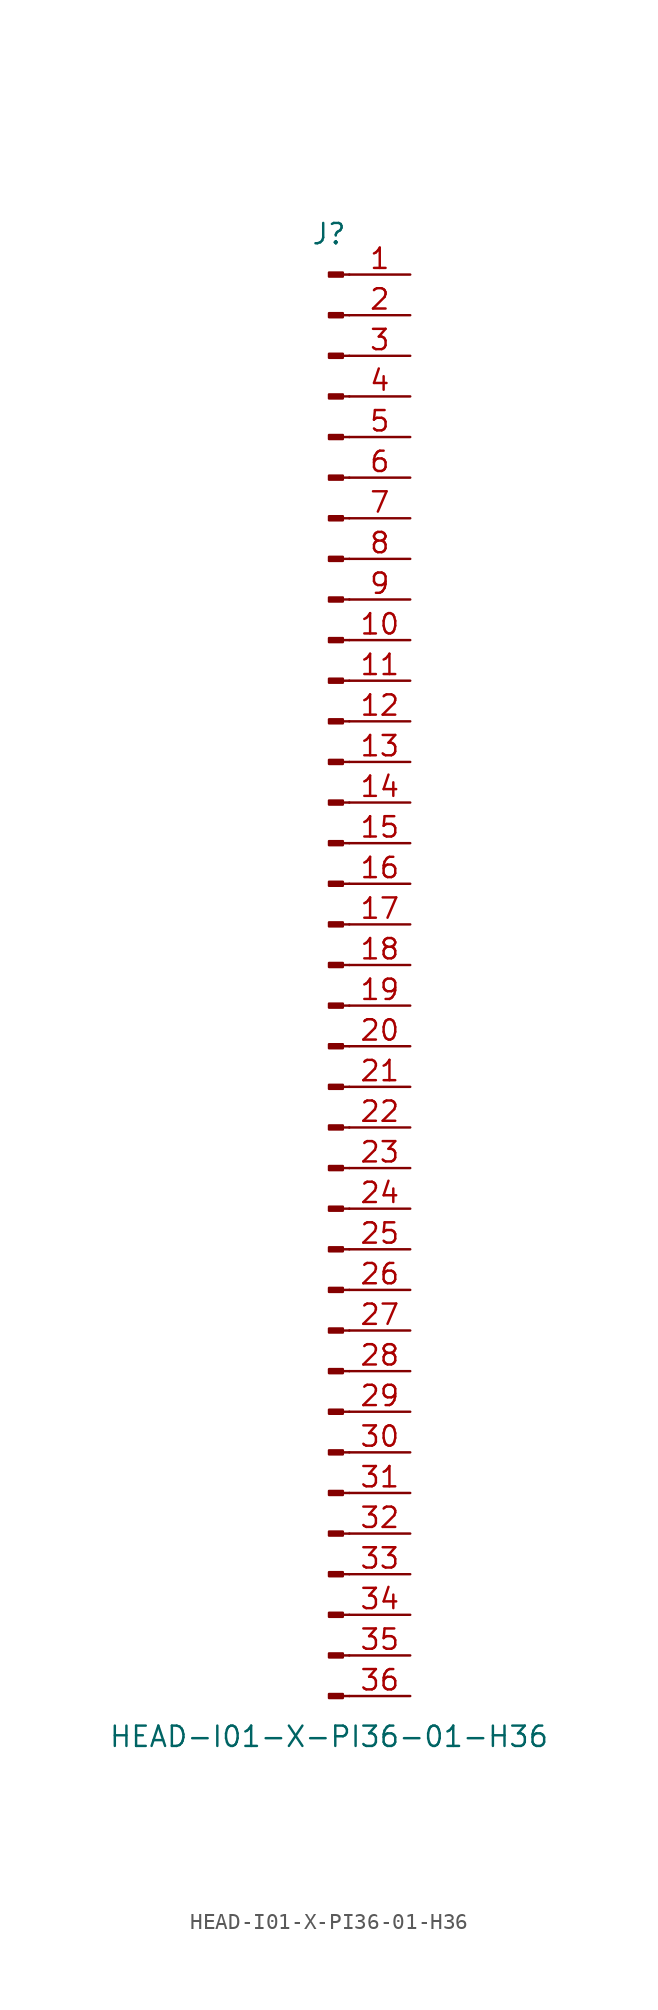
<source format=kicad_sym>
(kicad_symbol_lib
  (version 20211014)
  (generator kicad_symbol_editor)
  (symbol "HEAD-I01-X-PI36-01-H36"
    (pin_names
      (offset 1.016) hide)
    (property "Reference" "J"
      (at 0 45.72 0)
      (effects (font (size 1.27 1.27))))
    (property "Value" "HEAD-I01-X-PI36-01-H36"
      (at 0 -48.26 0)
      (effects (font (size 1.27 1.27))))
    (symbol "HEAD-I01-X-PI36-01-H36_1_1"
      (polyline (pts (xy 1.27 -45.72) (xy 0.864 -45.72)) (stroke (width 0.152) (type default) (color 0 0 0 0)) (fill (type none)))
      (polyline (pts (xy 1.27 -43.18) (xy 0.864 -43.18)) (stroke (width 0.152) (type default) (color 0 0 0 0)) (fill (type none)))
      (polyline (pts (xy 1.27 -40.64) (xy 0.864 -40.64)) (stroke (width 0.152) (type default) (color 0 0 0 0)) (fill (type none)))
      (polyline (pts (xy 1.27 -38.1) (xy 0.864 -38.1)) (stroke (width 0.152) (type default) (color 0 0 0 0)) (fill (type none)))
      (polyline (pts (xy 1.27 -35.56) (xy 0.864 -35.56)) (stroke (width 0.152) (type default) (color 0 0 0 0)) (fill (type none)))
      (polyline (pts (xy 1.27 -33.02) (xy 0.864 -33.02)) (stroke (width 0.152) (type default) (color 0 0 0 0)) (fill (type none)))
      (polyline (pts (xy 1.27 -30.48) (xy 0.864 -30.48)) (stroke (width 0.152) (type default) (color 0 0 0 0)) (fill (type none)))
      (polyline (pts (xy 1.27 -27.94) (xy 0.864 -27.94)) (stroke (width 0.152) (type default) (color 0 0 0 0)) (fill (type none)))
      (polyline (pts (xy 1.27 -25.4) (xy 0.864 -25.4)) (stroke (width 0.152) (type default) (color 0 0 0 0)) (fill (type none)))
      (polyline (pts (xy 1.27 -22.86) (xy 0.864 -22.86)) (stroke (width 0.152) (type default) (color 0 0 0 0)) (fill (type none)))
      (polyline (pts (xy 1.27 -20.32) (xy 0.864 -20.32)) (stroke (width 0.152) (type default) (color 0 0 0 0)) (fill (type none)))
      (polyline (pts (xy 1.27 -17.78) (xy 0.864 -17.78)) (stroke (width 0.152) (type default) (color 0 0 0 0)) (fill (type none)))
      (polyline (pts (xy 1.27 -15.24) (xy 0.864 -15.24)) (stroke (width 0.152) (type default) (color 0 0 0 0)) (fill (type none)))
      (polyline (pts (xy 1.27 -12.7) (xy 0.864 -12.7)) (stroke (width 0.152) (type default) (color 0 0 0 0)) (fill (type none)))
      (polyline (pts (xy 1.27 -10.16) (xy 0.864 -10.16)) (stroke (width 0.152) (type default) (color 0 0 0 0)) (fill (type none)))
      (polyline (pts (xy 1.27 -7.62) (xy 0.864 -7.62)) (stroke (width 0.152) (type default) (color 0 0 0 0)) (fill (type none)))
      (polyline (pts (xy 1.27 -5.08) (xy 0.864 -5.08)) (stroke (width 0.152) (type default) (color 0 0 0 0)) (fill (type none)))
      (polyline (pts (xy 1.27 -2.54) (xy 0.864 -2.54)) (stroke (width 0.152) (type default) (color 0 0 0 0)) (fill (type none)))
      (polyline (pts (xy 1.27 0) (xy 0.864 0)) (stroke (width 0.152) (type default) (color 0 0 0 0)) (fill (type none)))
      (polyline (pts (xy 1.27 2.54) (xy 0.864 2.54)) (stroke (width 0.152) (type default) (color 0 0 0 0)) (fill (type none)))
      (polyline (pts (xy 1.27 5.08) (xy 0.864 5.08)) (stroke (width 0.152) (type default) (color 0 0 0 0)) (fill (type none)))
      (polyline (pts (xy 1.27 7.62) (xy 0.864 7.62)) (stroke (width 0.152) (type default) (color 0 0 0 0)) (fill (type none)))
      (polyline (pts (xy 1.27 10.16) (xy 0.864 10.16)) (stroke (width 0.152) (type default) (color 0 0 0 0)) (fill (type none)))
      (polyline (pts (xy 1.27 12.7) (xy 0.864 12.7)) (stroke (width 0.152) (type default) (color 0 0 0 0)) (fill (type none)))
      (polyline (pts (xy 1.27 15.24) (xy 0.864 15.24)) (stroke (width 0.152) (type default) (color 0 0 0 0)) (fill (type none)))
      (polyline (pts (xy 1.27 17.78) (xy 0.864 17.78)) (stroke (width 0.152) (type default) (color 0 0 0 0)) (fill (type none)))
      (polyline (pts (xy 1.27 20.32) (xy 0.864 20.32)) (stroke (width 0.152) (type default) (color 0 0 0 0)) (fill (type none)))
      (polyline (pts (xy 1.27 22.86) (xy 0.864 22.86)) (stroke (width 0.152) (type default) (color 0 0 0 0)) (fill (type none)))
      (polyline (pts (xy 1.27 25.4) (xy 0.864 25.4)) (stroke (width 0.152) (type default) (color 0 0 0 0)) (fill (type none)))
      (polyline (pts (xy 1.27 27.94) (xy 0.864 27.94)) (stroke (width 0.152) (type default) (color 0 0 0 0)) (fill (type none)))
      (polyline (pts (xy 1.27 30.48) (xy 0.864 30.48)) (stroke (width 0.152) (type default) (color 0 0 0 0)) (fill (type none)))
      (polyline (pts (xy 1.27 33.02) (xy 0.864 33.02)) (stroke (width 0.152) (type default) (color 0 0 0 0)) (fill (type none)))
      (polyline (pts (xy 1.27 35.56) (xy 0.864 35.56)) (stroke (width 0.152) (type default) (color 0 0 0 0)) (fill (type none)))
      (polyline (pts (xy 1.27 38.1) (xy 0.864 38.1)) (stroke (width 0.152) (type default) (color 0 0 0 0)) (fill (type none)))
      (polyline (pts (xy 1.27 40.64) (xy 0.864 40.64)) (stroke (width 0.152) (type default) (color 0 0 0 0)) (fill (type none)))
      (polyline (pts (xy 1.27 43.18) (xy 0.864 43.18)) (stroke (width 0.152) (type default) (color 0 0 0 0)) (fill (type none)))
      (rectangle (start 0.864 -45.593) (end 0 -45.847) (stroke (width 0.152) (type default) (color 0 0 0 0)) (fill (type outline)))
      (rectangle (start 0.864 -43.053) (end 0 -43.307) (stroke (width 0.152) (type default) (color 0 0 0 0)) (fill (type outline)))
      (rectangle (start 0.864 -40.513) (end 0 -40.767) (stroke (width 0.152) (type default) (color 0 0 0 0)) (fill (type outline)))
      (rectangle (start 0.864 -37.973) (end 0 -38.227) (stroke (width 0.152) (type default) (color 0 0 0 0)) (fill (type outline)))
      (rectangle (start 0.864 -35.433) (end 0 -35.687) (stroke (width 0.152) (type default) (color 0 0 0 0)) (fill (type outline)))
      (rectangle (start 0.864 -32.893) (end 0 -33.147) (stroke (width 0.152) (type default) (color 0 0 0 0)) (fill (type outline)))
      (rectangle (start 0.864 -30.353) (end 0 -30.607) (stroke (width 0.152) (type default) (color 0 0 0 0)) (fill (type outline)))
      (rectangle (start 0.864 -27.813) (end 0 -28.067) (stroke (width 0.152) (type default) (color 0 0 0 0)) (fill (type outline)))
      (rectangle (start 0.864 -25.273) (end 0 -25.527) (stroke (width 0.152) (type default) (color 0 0 0 0)) (fill (type outline)))
      (rectangle (start 0.864 -22.733) (end 0 -22.987) (stroke (width 0.152) (type default) (color 0 0 0 0)) (fill (type outline)))
      (rectangle (start 0.864 -20.193) (end 0 -20.447) (stroke (width 0.152) (type default) (color 0 0 0 0)) (fill (type outline)))
      (rectangle (start 0.864 -17.653) (end 0 -17.907) (stroke (width 0.152) (type default) (color 0 0 0 0)) (fill (type outline)))
      (rectangle (start 0.864 -15.113) (end 0 -15.367) (stroke (width 0.152) (type default) (color 0 0 0 0)) (fill (type outline)))
      (rectangle (start 0.864 -12.573) (end 0 -12.827) (stroke (width 0.152) (type default) (color 0 0 0 0)) (fill (type outline)))
      (rectangle (start 0.864 -10.033) (end 0 -10.287) (stroke (width 0.152) (type default) (color 0 0 0 0)) (fill (type outline)))
      (rectangle (start 0.864 -7.493) (end 0 -7.747) (stroke (width 0.152) (type default) (color 0 0 0 0)) (fill (type outline)))
      (rectangle (start 0.864 -4.953) (end 0 -5.207) (stroke (width 0.152) (type default) (color 0 0 0 0)) (fill (type outline)))
      (rectangle (start 0.864 -2.413) (end 0 -2.667) (stroke (width 0.152) (type default) (color 0 0 0 0)) (fill (type outline)))
      (rectangle (start 0.864 0.127) (end 0 -0.127) (stroke (width 0.152) (type default) (color 0 0 0 0)) (fill (type outline)))
      (rectangle (start 0.864 2.667) (end 0 2.413) (stroke (width 0.152) (type default) (color 0 0 0 0)) (fill (type outline)))
      (rectangle (start 0.864 5.207) (end 0 4.953) (stroke (width 0.152) (type default) (color 0 0 0 0)) (fill (type outline)))
      (rectangle (start 0.864 7.747) (end 0 7.493) (stroke (width 0.152) (type default) (color 0 0 0 0)) (fill (type outline)))
      (rectangle (start 0.864 10.287) (end 0 10.033) (stroke (width 0.152) (type default) (color 0 0 0 0)) (fill (type outline)))
      (rectangle (start 0.864 12.827) (end 0 12.573) (stroke (width 0.152) (type default) (color 0 0 0 0)) (fill (type outline)))
      (rectangle (start 0.864 15.367) (end 0 15.113) (stroke (width 0.152) (type default) (color 0 0 0 0)) (fill (type outline)))
      (rectangle (start 0.864 17.907) (end 0 17.653) (stroke (width 0.152) (type default) (color 0 0 0 0)) (fill (type outline)))
      (rectangle (start 0.864 20.447) (end 0 20.193) (stroke (width 0.152) (type default) (color 0 0 0 0)) (fill (type outline)))
      (rectangle (start 0.864 22.987) (end 0 22.733) (stroke (width 0.152) (type default) (color 0 0 0 0)) (fill (type outline)))
      (rectangle (start 0.864 25.527) (end 0 25.273) (stroke (width 0.152) (type default) (color 0 0 0 0)) (fill (type outline)))
      (rectangle (start 0.864 28.067) (end 0 27.813) (stroke (width 0.152) (type default) (color 0 0 0 0)) (fill (type outline)))
      (rectangle (start 0.864 30.607) (end 0 30.353) (stroke (width 0.152) (type default) (color 0 0 0 0)) (fill (type outline)))
      (rectangle (start 0.864 33.147) (end 0 32.893) (stroke (width 0.152) (type default) (color 0 0 0 0)) (fill (type outline)))
      (rectangle (start 0.864 35.687) (end 0 35.433) (stroke (width 0.152) (type default) (color 0 0 0 0)) (fill (type outline)))
      (rectangle (start 0.864 38.227) (end 0 37.973) (stroke (width 0.152) (type default) (color 0 0 0 0)) (fill (type outline)))
      (rectangle (start 0.864 40.767) (end 0 40.513) (stroke (width 0.152) (type default) (color 0 0 0 0)) (fill (type outline)))
      (rectangle (start 0.864 43.307) (end 0 43.053) (stroke (width 0.152) (type default) (color 0 0 0 0)) (fill (type outline)))
      (pin passive line (at 5.08 43.18 180) (length 3.81) (name "Pin_1" (effects (font (size 1.27 1.27)))) (number "1" (effects (font (size 1.27 1.27)))))
      (pin passive line (at 5.08 20.32 180) (length 3.81) (name "Pin_10" (effects (font (size 1.27 1.27)))) (number "10" (effects (font (size 1.27 1.27)))))
      (pin passive line (at 5.08 17.78 180) (length 3.81) (name "Pin_11" (effects (font (size 1.27 1.27)))) (number "11" (effects (font (size 1.27 1.27)))))
      (pin passive line (at 5.08 15.24 180) (length 3.81) (name "Pin_12" (effects (font (size 1.27 1.27)))) (number "12" (effects (font (size 1.27 1.27)))))
      (pin passive line (at 5.08 12.7 180) (length 3.81) (name "Pin_13" (effects (font (size 1.27 1.27)))) (number "13" (effects (font (size 1.27 1.27)))))
      (pin passive line (at 5.08 10.16 180) (length 3.81) (name "Pin_14" (effects (font (size 1.27 1.27)))) (number "14" (effects (font (size 1.27 1.27)))))
      (pin passive line (at 5.08 7.62 180) (length 3.81) (name "Pin_15" (effects (font (size 1.27 1.27)))) (number "15" (effects (font (size 1.27 1.27)))))
      (pin passive line (at 5.08 5.08 180) (length 3.81) (name "Pin_16" (effects (font (size 1.27 1.27)))) (number "16" (effects (font (size 1.27 1.27)))))
      (pin passive line (at 5.08 2.54 180) (length 3.81) (name "Pin_17" (effects (font (size 1.27 1.27)))) (number "17" (effects (font (size 1.27 1.27)))))
      (pin passive line (at 5.08 0 180) (length 3.81) (name "Pin_18" (effects (font (size 1.27 1.27)))) (number "18" (effects (font (size 1.27 1.27)))))
      (pin passive line (at 5.08 -2.54 180) (length 3.81) (name "Pin_19" (effects (font (size 1.27 1.27)))) (number "19" (effects (font (size 1.27 1.27)))))
      (pin passive line (at 5.08 40.64 180) (length 3.81) (name "Pin_2" (effects (font (size 1.27 1.27)))) (number "2" (effects (font (size 1.27 1.27)))))
      (pin passive line (at 5.08 -5.08 180) (length 3.81) (name "Pin_20" (effects (font (size 1.27 1.27)))) (number "20" (effects (font (size 1.27 1.27)))))
      (pin passive line (at 5.08 -7.62 180) (length 3.81) (name "Pin_21" (effects (font (size 1.27 1.27)))) (number "21" (effects (font (size 1.27 1.27)))))
      (pin passive line (at 5.08 -10.16 180) (length 3.81) (name "Pin_22" (effects (font (size 1.27 1.27)))) (number "22" (effects (font (size 1.27 1.27)))))
      (pin passive line (at 5.08 -12.7 180) (length 3.81) (name "Pin_23" (effects (font (size 1.27 1.27)))) (number "23" (effects (font (size 1.27 1.27)))))
      (pin passive line (at 5.08 -15.24 180) (length 3.81) (name "Pin_24" (effects (font (size 1.27 1.27)))) (number "24" (effects (font (size 1.27 1.27)))))
      (pin passive line (at 5.08 -17.78 180) (length 3.81) (name "Pin_25" (effects (font (size 1.27 1.27)))) (number "25" (effects (font (size 1.27 1.27)))))
      (pin passive line (at 5.08 -20.32 180) (length 3.81) (name "Pin_26" (effects (font (size 1.27 1.27)))) (number "26" (effects (font (size 1.27 1.27)))))
      (pin passive line (at 5.08 -22.86 180) (length 3.81) (name "Pin_27" (effects (font (size 1.27 1.27)))) (number "27" (effects (font (size 1.27 1.27)))))
      (pin passive line (at 5.08 -25.4 180) (length 3.81) (name "Pin_28" (effects (font (size 1.27 1.27)))) (number "28" (effects (font (size 1.27 1.27)))))
      (pin passive line (at 5.08 -27.94 180) (length 3.81) (name "Pin_29" (effects (font (size 1.27 1.27)))) (number "29" (effects (font (size 1.27 1.27)))))
      (pin passive line (at 5.08 38.1 180) (length 3.81) (name "Pin_3" (effects (font (size 1.27 1.27)))) (number "3" (effects (font (size 1.27 1.27)))))
      (pin passive line (at 5.08 -30.48 180) (length 3.81) (name "Pin_30" (effects (font (size 1.27 1.27)))) (number "30" (effects (font (size 1.27 1.27)))))
      (pin passive line (at 5.08 -33.02 180) (length 3.81) (name "Pin_31" (effects (font (size 1.27 1.27)))) (number "31" (effects (font (size 1.27 1.27)))))
      (pin passive line (at 5.08 -35.56 180) (length 3.81) (name "Pin_32" (effects (font (size 1.27 1.27)))) (number "32" (effects (font (size 1.27 1.27)))))
      (pin passive line (at 5.08 -38.1 180) (length 3.81) (name "Pin_33" (effects (font (size 1.27 1.27)))) (number "33" (effects (font (size 1.27 1.27)))))
      (pin passive line (at 5.08 -40.64 180) (length 3.81) (name "Pin_34" (effects (font (size 1.27 1.27)))) (number "34" (effects (font (size 1.27 1.27)))))
      (pin passive line (at 5.08 -43.18 180) (length 3.81) (name "Pin_35" (effects (font (size 1.27 1.27)))) (number "35" (effects (font (size 1.27 1.27)))))
      (pin passive line (at 5.08 -45.72 180) (length 3.81) (name "Pin_36" (effects (font (size 1.27 1.27)))) (number "36" (effects (font (size 1.27 1.27)))))
      (pin passive line (at 5.08 35.56 180) (length 3.81) (name "Pin_4" (effects (font (size 1.27 1.27)))) (number "4" (effects (font (size 1.27 1.27)))))
      (pin passive line (at 5.08 33.02 180) (length 3.81) (name "Pin_5" (effects (font (size 1.27 1.27)))) (number "5" (effects (font (size 1.27 1.27)))))
      (pin passive line (at 5.08 30.48 180) (length 3.81) (name "Pin_6" (effects (font (size 1.27 1.27)))) (number "6" (effects (font (size 1.27 1.27)))))
      (pin passive line (at 5.08 27.94 180) (length 3.81) (name "Pin_7" (effects (font (size 1.27 1.27)))) (number "7" (effects (font (size 1.27 1.27)))))
      (pin passive line (at 5.08 25.4 180) (length 3.81) (name "Pin_8" (effects (font (size 1.27 1.27)))) (number "8" (effects (font (size 1.27 1.27)))))
      (pin passive line (at 5.08 22.86 180) (length 3.81) (name "Pin_9" (effects (font (size 1.27 1.27)))) (number "9" (effects (font (size 1.27 1.27))))))))
</source>
